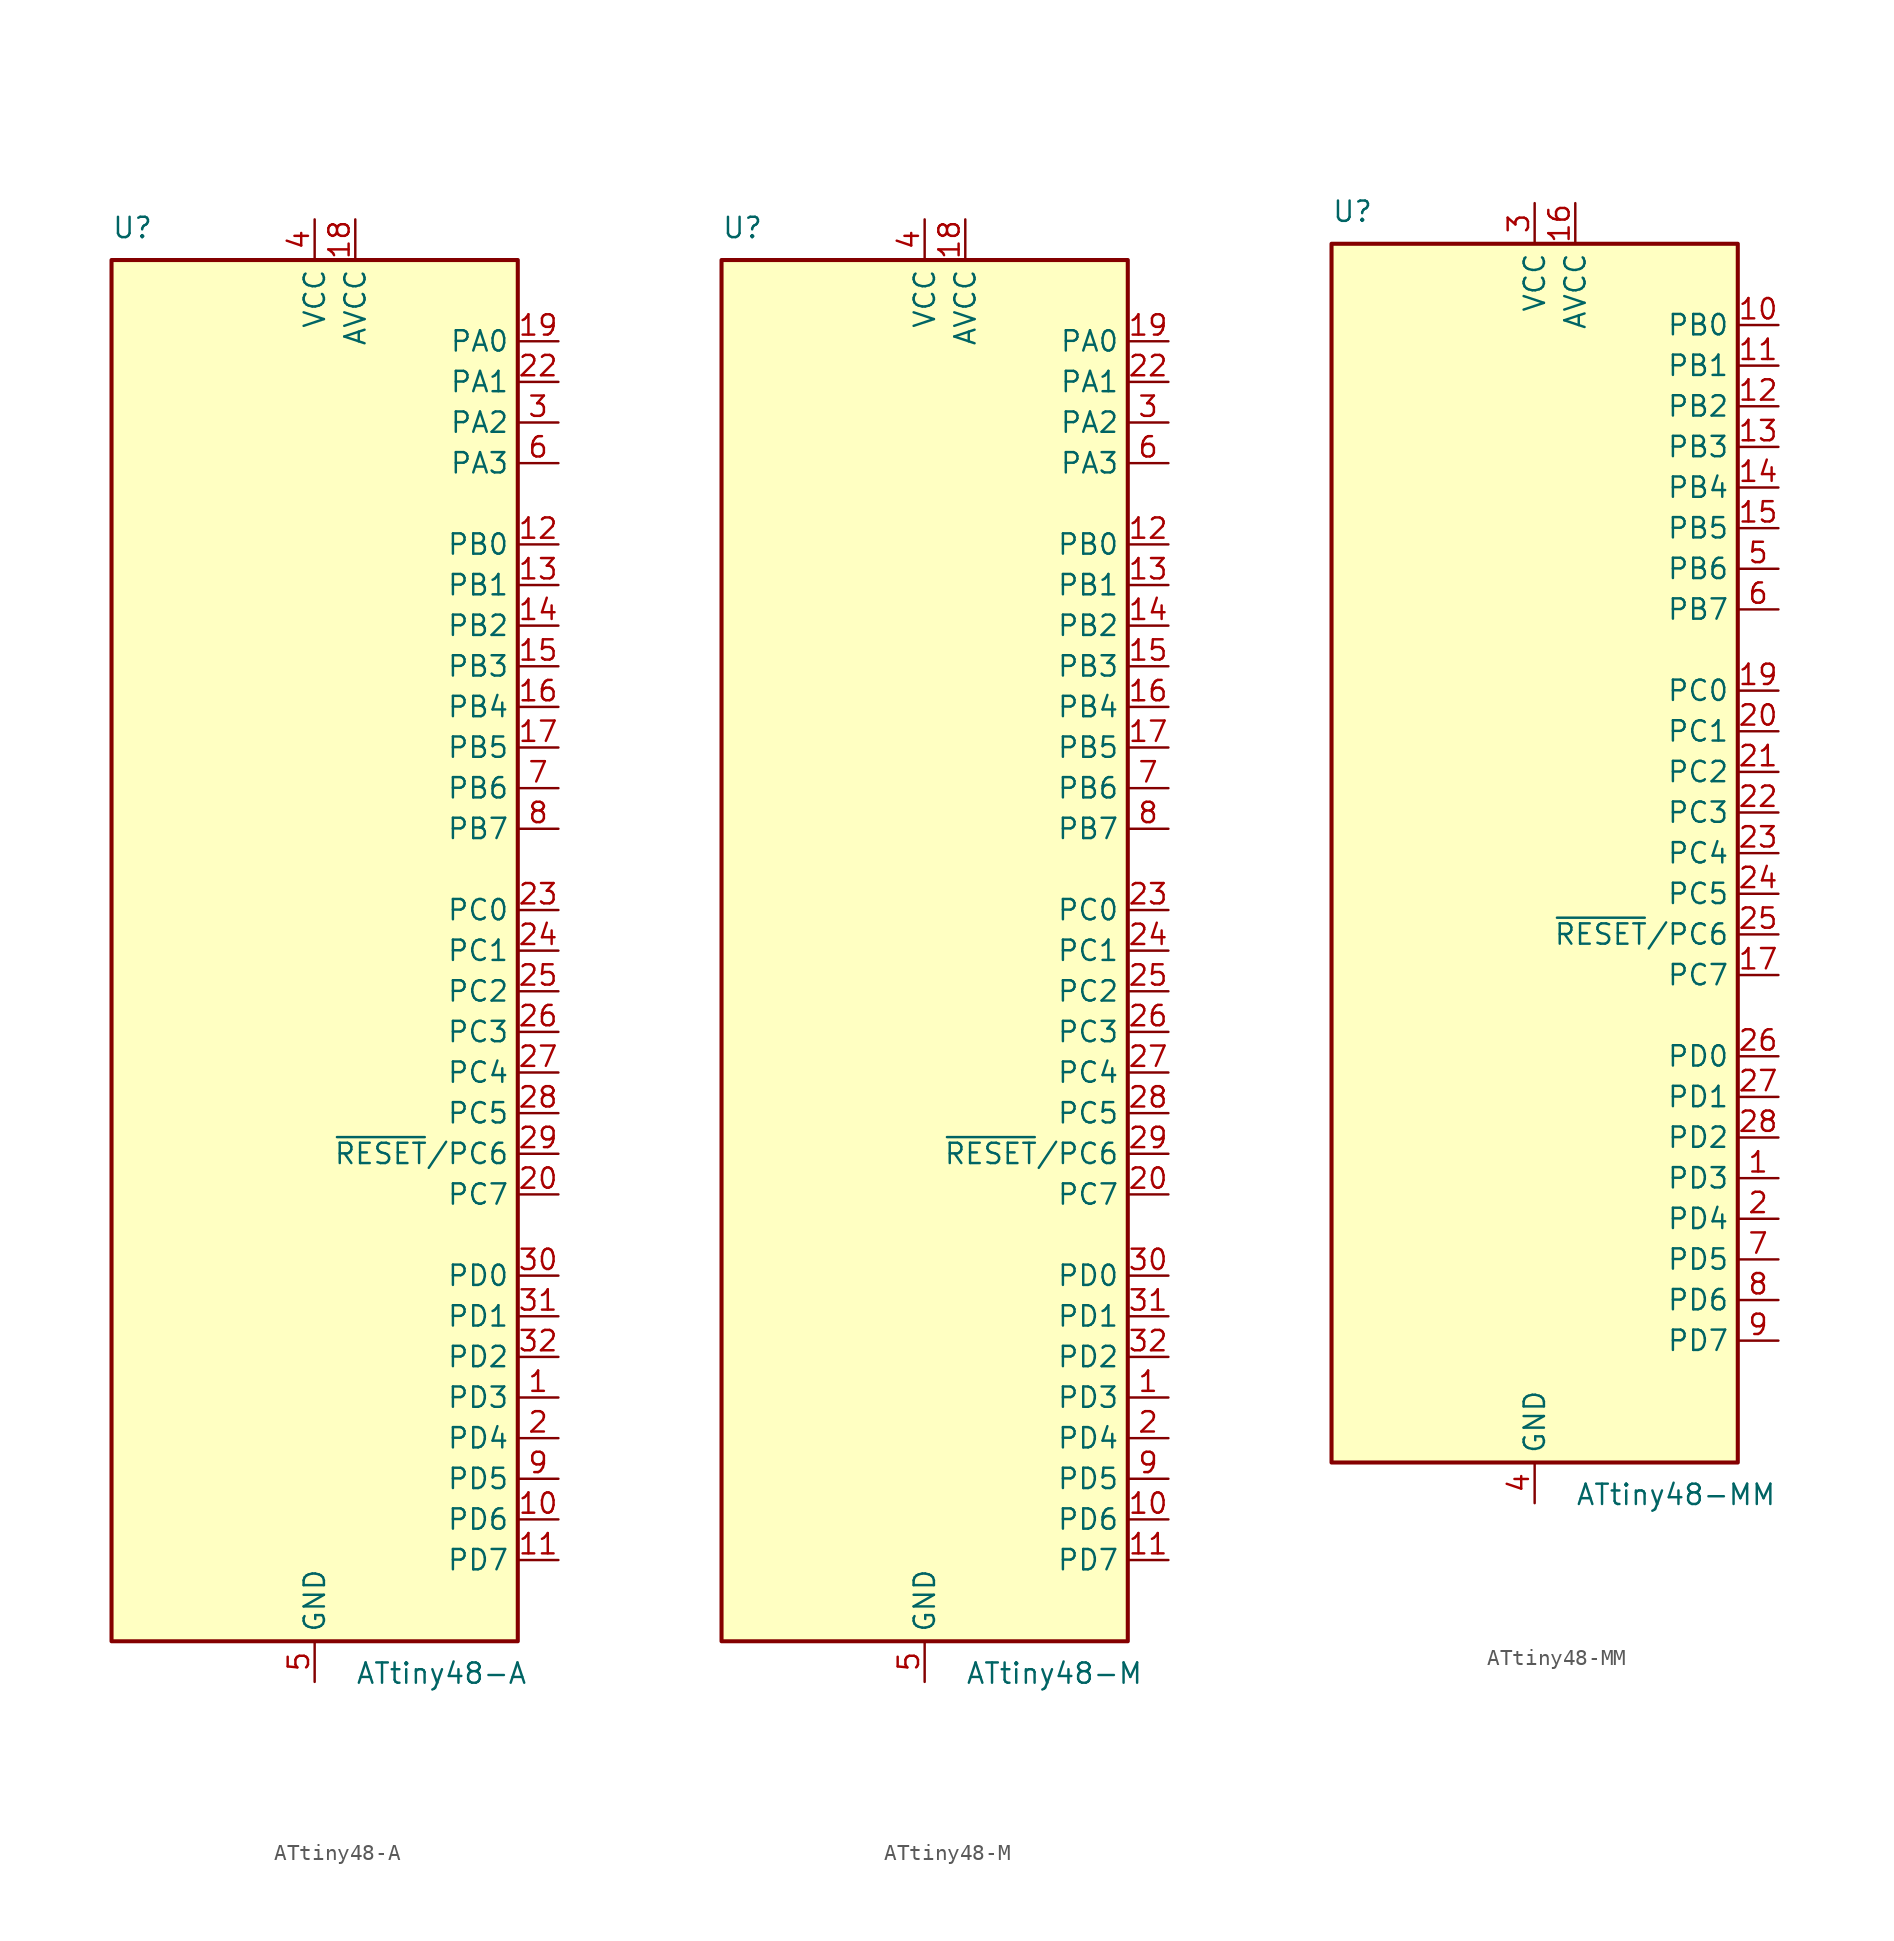
<source format=kicad_sym>
(kicad_symbol_lib
  (version 20211014)
  (generator kicad_symbol_editor)
  (symbol "ATtiny48-A"
    (property "Reference" "U"
      (at -12.7 44.45 0)
      (effects (font (size 1.27 1.27)) (justify left bottom)))
    (property "Value" "ATtiny48-A"
      (at 2.54 -44.45 0)
      (effects (font (size 1.27 1.27)) (justify left top)))
    (symbol "ATtiny48-A_0_1"
      (rectangle (start -12.7 -43.18) (end 12.7 43.18) (stroke (width 0.254) (type default) (color 0 0 0 0)) (fill (type background))))
    (symbol "ATtiny48-A_1_1"
      (pin bidirectional line (at 15.24 -27.94 180) (length 2.54) (name "PD3" (effects (font (size 1.27 1.27)))) (number "1" (effects (font (size 1.27 1.27)))))
      (pin bidirectional line (at 15.24 -35.56 180) (length 2.54) (name "PD6" (effects (font (size 1.27 1.27)))) (number "10" (effects (font (size 1.27 1.27)))))
      (pin bidirectional line (at 15.24 -38.1 180) (length 2.54) (name "PD7" (effects (font (size 1.27 1.27)))) (number "11" (effects (font (size 1.27 1.27)))))
      (pin bidirectional line (at 15.24 25.4 180) (length 2.54) (name "PB0" (effects (font (size 1.27 1.27)))) (number "12" (effects (font (size 1.27 1.27)))))
      (pin bidirectional line (at 15.24 22.86 180) (length 2.54) (name "PB1" (effects (font (size 1.27 1.27)))) (number "13" (effects (font (size 1.27 1.27)))))
      (pin bidirectional line (at 15.24 20.32 180) (length 2.54) (name "PB2" (effects (font (size 1.27 1.27)))) (number "14" (effects (font (size 1.27 1.27)))))
      (pin bidirectional line (at 15.24 17.78 180) (length 2.54) (name "PB3" (effects (font (size 1.27 1.27)))) (number "15" (effects (font (size 1.27 1.27)))))
      (pin bidirectional line (at 15.24 15.24 180) (length 2.54) (name "PB4" (effects (font (size 1.27 1.27)))) (number "16" (effects (font (size 1.27 1.27)))))
      (pin bidirectional line (at 15.24 12.7 180) (length 2.54) (name "PB5" (effects (font (size 1.27 1.27)))) (number "17" (effects (font (size 1.27 1.27)))))
      (pin power_in line (at 2.54 45.72 270) (length 2.54) (name "AVCC" (effects (font (size 1.27 1.27)))) (number "18" (effects (font (size 1.27 1.27)))))
      (pin bidirectional line (at 15.24 38.1 180) (length 2.54) (name "PA0" (effects (font (size 1.27 1.27)))) (number "19" (effects (font (size 1.27 1.27)))))
      (pin bidirectional line (at 15.24 -30.48 180) (length 2.54) (name "PD4" (effects (font (size 1.27 1.27)))) (number "2" (effects (font (size 1.27 1.27)))))
      (pin bidirectional line (at 15.24 -15.24 180) (length 2.54) (name "PC7" (effects (font (size 1.27 1.27)))) (number "20" (effects (font (size 1.27 1.27)))))
      (pin passive line (at 0 -45.72 90) (length 2.54) hide (name "GND" (effects (font (size 1.27 1.27)))) (number "21" (effects (font (size 1.27 1.27)))))
      (pin bidirectional line (at 15.24 35.56 180) (length 2.54) (name "PA1" (effects (font (size 1.27 1.27)))) (number "22" (effects (font (size 1.27 1.27)))))
      (pin bidirectional line (at 15.24 2.54 180) (length 2.54) (name "PC0" (effects (font (size 1.27 1.27)))) (number "23" (effects (font (size 1.27 1.27)))))
      (pin bidirectional line (at 15.24 0 180) (length 2.54) (name "PC1" (effects (font (size 1.27 1.27)))) (number "24" (effects (font (size 1.27 1.27)))))
      (pin bidirectional line (at 15.24 -2.54 180) (length 2.54) (name "PC2" (effects (font (size 1.27 1.27)))) (number "25" (effects (font (size 1.27 1.27)))))
      (pin bidirectional line (at 15.24 -5.08 180) (length 2.54) (name "PC3" (effects (font (size 1.27 1.27)))) (number "26" (effects (font (size 1.27 1.27)))))
      (pin bidirectional line (at 15.24 -7.62 180) (length 2.54) (name "PC4" (effects (font (size 1.27 1.27)))) (number "27" (effects (font (size 1.27 1.27)))))
      (pin bidirectional line (at 15.24 -10.16 180) (length 2.54) (name "PC5" (effects (font (size 1.27 1.27)))) (number "28" (effects (font (size 1.27 1.27)))))
      (pin bidirectional line (at 15.24 -12.7 180) (length 2.54) (name "~{RESET}/PC6" (effects (font (size 1.27 1.27)))) (number "29" (effects (font (size 1.27 1.27)))))
      (pin bidirectional line (at 15.24 33.02 180) (length 2.54) (name "PA2" (effects (font (size 1.27 1.27)))) (number "3" (effects (font (size 1.27 1.27)))))
      (pin bidirectional line (at 15.24 -20.32 180) (length 2.54) (name "PD0" (effects (font (size 1.27 1.27)))) (number "30" (effects (font (size 1.27 1.27)))))
      (pin bidirectional line (at 15.24 -22.86 180) (length 2.54) (name "PD1" (effects (font (size 1.27 1.27)))) (number "31" (effects (font (size 1.27 1.27)))))
      (pin bidirectional line (at 15.24 -25.4 180) (length 2.54) (name "PD2" (effects (font (size 1.27 1.27)))) (number "32" (effects (font (size 1.27 1.27)))))
      (pin power_in line (at 0 45.72 270) (length 2.54) (name "VCC" (effects (font (size 1.27 1.27)))) (number "4" (effects (font (size 1.27 1.27)))))
      (pin power_in line (at 0 -45.72 90) (length 2.54) (name "GND" (effects (font (size 1.27 1.27)))) (number "5" (effects (font (size 1.27 1.27)))))
      (pin bidirectional line (at 15.24 30.48 180) (length 2.54) (name "PA3" (effects (font (size 1.27 1.27)))) (number "6" (effects (font (size 1.27 1.27)))))
      (pin bidirectional line (at 15.24 10.16 180) (length 2.54) (name "PB6" (effects (font (size 1.27 1.27)))) (number "7" (effects (font (size 1.27 1.27)))))
      (pin bidirectional line (at 15.24 7.62 180) (length 2.54) (name "PB7" (effects (font (size 1.27 1.27)))) (number "8" (effects (font (size 1.27 1.27)))))
      (pin bidirectional line (at 15.24 -33.02 180) (length 2.54) (name "PD5" (effects (font (size 1.27 1.27)))) (number "9" (effects (font (size 1.27 1.27)))))))
  (symbol "ATtiny48-M"
    (property "Reference" "U"
      (at -12.7 44.45 0)
      (effects (font (size 1.27 1.27)) (justify left bottom)))
    (property "Value" "ATtiny48-M"
      (at 2.54 -44.45 0)
      (effects (font (size 1.27 1.27)) (justify left top)))
    (symbol "ATtiny48-M_0_1"
      (rectangle (start -12.7 -43.18) (end 12.7 43.18) (stroke (width 0.254) (type default) (color 0 0 0 0)) (fill (type background))))
    (symbol "ATtiny48-M_1_1"
      (pin bidirectional line (at 15.24 -27.94 180) (length 2.54) (name "PD3" (effects (font (size 1.27 1.27)))) (number "1" (effects (font (size 1.27 1.27)))))
      (pin bidirectional line (at 15.24 -35.56 180) (length 2.54) (name "PD6" (effects (font (size 1.27 1.27)))) (number "10" (effects (font (size 1.27 1.27)))))
      (pin bidirectional line (at 15.24 -38.1 180) (length 2.54) (name "PD7" (effects (font (size 1.27 1.27)))) (number "11" (effects (font (size 1.27 1.27)))))
      (pin bidirectional line (at 15.24 25.4 180) (length 2.54) (name "PB0" (effects (font (size 1.27 1.27)))) (number "12" (effects (font (size 1.27 1.27)))))
      (pin bidirectional line (at 15.24 22.86 180) (length 2.54) (name "PB1" (effects (font (size 1.27 1.27)))) (number "13" (effects (font (size 1.27 1.27)))))
      (pin bidirectional line (at 15.24 20.32 180) (length 2.54) (name "PB2" (effects (font (size 1.27 1.27)))) (number "14" (effects (font (size 1.27 1.27)))))
      (pin bidirectional line (at 15.24 17.78 180) (length 2.54) (name "PB3" (effects (font (size 1.27 1.27)))) (number "15" (effects (font (size 1.27 1.27)))))
      (pin bidirectional line (at 15.24 15.24 180) (length 2.54) (name "PB4" (effects (font (size 1.27 1.27)))) (number "16" (effects (font (size 1.27 1.27)))))
      (pin bidirectional line (at 15.24 12.7 180) (length 2.54) (name "PB5" (effects (font (size 1.27 1.27)))) (number "17" (effects (font (size 1.27 1.27)))))
      (pin power_in line (at 2.54 45.72 270) (length 2.54) (name "AVCC" (effects (font (size 1.27 1.27)))) (number "18" (effects (font (size 1.27 1.27)))))
      (pin bidirectional line (at 15.24 38.1 180) (length 2.54) (name "PA0" (effects (font (size 1.27 1.27)))) (number "19" (effects (font (size 1.27 1.27)))))
      (pin bidirectional line (at 15.24 -30.48 180) (length 2.54) (name "PD4" (effects (font (size 1.27 1.27)))) (number "2" (effects (font (size 1.27 1.27)))))
      (pin bidirectional line (at 15.24 -15.24 180) (length 2.54) (name "PC7" (effects (font (size 1.27 1.27)))) (number "20" (effects (font (size 1.27 1.27)))))
      (pin passive line (at 0 -45.72 90) (length 2.54) hide (name "GND" (effects (font (size 1.27 1.27)))) (number "21" (effects (font (size 1.27 1.27)))))
      (pin bidirectional line (at 15.24 35.56 180) (length 2.54) (name "PA1" (effects (font (size 1.27 1.27)))) (number "22" (effects (font (size 1.27 1.27)))))
      (pin bidirectional line (at 15.24 2.54 180) (length 2.54) (name "PC0" (effects (font (size 1.27 1.27)))) (number "23" (effects (font (size 1.27 1.27)))))
      (pin bidirectional line (at 15.24 0 180) (length 2.54) (name "PC1" (effects (font (size 1.27 1.27)))) (number "24" (effects (font (size 1.27 1.27)))))
      (pin bidirectional line (at 15.24 -2.54 180) (length 2.54) (name "PC2" (effects (font (size 1.27 1.27)))) (number "25" (effects (font (size 1.27 1.27)))))
      (pin bidirectional line (at 15.24 -5.08 180) (length 2.54) (name "PC3" (effects (font (size 1.27 1.27)))) (number "26" (effects (font (size 1.27 1.27)))))
      (pin bidirectional line (at 15.24 -7.62 180) (length 2.54) (name "PC4" (effects (font (size 1.27 1.27)))) (number "27" (effects (font (size 1.27 1.27)))))
      (pin bidirectional line (at 15.24 -10.16 180) (length 2.54) (name "PC5" (effects (font (size 1.27 1.27)))) (number "28" (effects (font (size 1.27 1.27)))))
      (pin bidirectional line (at 15.24 -12.7 180) (length 2.54) (name "~{RESET}/PC6" (effects (font (size 1.27 1.27)))) (number "29" (effects (font (size 1.27 1.27)))))
      (pin bidirectional line (at 15.24 33.02 180) (length 2.54) (name "PA2" (effects (font (size 1.27 1.27)))) (number "3" (effects (font (size 1.27 1.27)))))
      (pin bidirectional line (at 15.24 -20.32 180) (length 2.54) (name "PD0" (effects (font (size 1.27 1.27)))) (number "30" (effects (font (size 1.27 1.27)))))
      (pin bidirectional line (at 15.24 -22.86 180) (length 2.54) (name "PD1" (effects (font (size 1.27 1.27)))) (number "31" (effects (font (size 1.27 1.27)))))
      (pin bidirectional line (at 15.24 -25.4 180) (length 2.54) (name "PD2" (effects (font (size 1.27 1.27)))) (number "32" (effects (font (size 1.27 1.27)))))
      (pin passive line (at 0 -45.72 90) (length 2.54) hide (name "GND" (effects (font (size 1.27 1.27)))) (number "33" (effects (font (size 1.27 1.27)))))
      (pin power_in line (at 0 45.72 270) (length 2.54) (name "VCC" (effects (font (size 1.27 1.27)))) (number "4" (effects (font (size 1.27 1.27)))))
      (pin power_in line (at 0 -45.72 90) (length 2.54) (name "GND" (effects (font (size 1.27 1.27)))) (number "5" (effects (font (size 1.27 1.27)))))
      (pin bidirectional line (at 15.24 30.48 180) (length 2.54) (name "PA3" (effects (font (size 1.27 1.27)))) (number "6" (effects (font (size 1.27 1.27)))))
      (pin bidirectional line (at 15.24 10.16 180) (length 2.54) (name "PB6" (effects (font (size 1.27 1.27)))) (number "7" (effects (font (size 1.27 1.27)))))
      (pin bidirectional line (at 15.24 7.62 180) (length 2.54) (name "PB7" (effects (font (size 1.27 1.27)))) (number "8" (effects (font (size 1.27 1.27)))))
      (pin bidirectional line (at 15.24 -33.02 180) (length 2.54) (name "PD5" (effects (font (size 1.27 1.27)))) (number "9" (effects (font (size 1.27 1.27)))))))
  (symbol "ATtiny48-MM"
    (property "Reference" "U"
      (at -12.7 39.37 0)
      (effects (font (size 1.27 1.27)) (justify left bottom)))
    (property "Value" "ATtiny48-MM"
      (at 2.54 -39.37 0)
      (effects (font (size 1.27 1.27)) (justify left top)))
    (symbol "ATtiny48-MM_0_1"
      (rectangle (start -12.7 -38.1) (end 12.7 38.1) (stroke (width 0.254) (type default) (color 0 0 0 0)) (fill (type background))))
    (symbol "ATtiny48-MM_1_1"
      (pin bidirectional line (at 15.24 -20.32 180) (length 2.54) (name "PD3" (effects (font (size 1.27 1.27)))) (number "1" (effects (font (size 1.27 1.27)))))
      (pin bidirectional line (at 15.24 33.02 180) (length 2.54) (name "PB0" (effects (font (size 1.27 1.27)))) (number "10" (effects (font (size 1.27 1.27)))))
      (pin bidirectional line (at 15.24 30.48 180) (length 2.54) (name "PB1" (effects (font (size 1.27 1.27)))) (number "11" (effects (font (size 1.27 1.27)))))
      (pin bidirectional line (at 15.24 27.94 180) (length 2.54) (name "PB2" (effects (font (size 1.27 1.27)))) (number "12" (effects (font (size 1.27 1.27)))))
      (pin bidirectional line (at 15.24 25.4 180) (length 2.54) (name "PB3" (effects (font (size 1.27 1.27)))) (number "13" (effects (font (size 1.27 1.27)))))
      (pin bidirectional line (at 15.24 22.86 180) (length 2.54) (name "PB4" (effects (font (size 1.27 1.27)))) (number "14" (effects (font (size 1.27 1.27)))))
      (pin bidirectional line (at 15.24 20.32 180) (length 2.54) (name "PB5" (effects (font (size 1.27 1.27)))) (number "15" (effects (font (size 1.27 1.27)))))
      (pin power_in line (at 2.54 40.64 270) (length 2.54) (name "AVCC" (effects (font (size 1.27 1.27)))) (number "16" (effects (font (size 1.27 1.27)))))
      (pin bidirectional line (at 15.24 -7.62 180) (length 2.54) (name "PC7" (effects (font (size 1.27 1.27)))) (number "17" (effects (font (size 1.27 1.27)))))
      (pin passive line (at 0 -40.64 90) (length 2.54) hide (name "GND" (effects (font (size 1.27 1.27)))) (number "18" (effects (font (size 1.27 1.27)))))
      (pin bidirectional line (at 15.24 10.16 180) (length 2.54) (name "PC0" (effects (font (size 1.27 1.27)))) (number "19" (effects (font (size 1.27 1.27)))))
      (pin bidirectional line (at 15.24 -22.86 180) (length 2.54) (name "PD4" (effects (font (size 1.27 1.27)))) (number "2" (effects (font (size 1.27 1.27)))))
      (pin bidirectional line (at 15.24 7.62 180) (length 2.54) (name "PC1" (effects (font (size 1.27 1.27)))) (number "20" (effects (font (size 1.27 1.27)))))
      (pin bidirectional line (at 15.24 5.08 180) (length 2.54) (name "PC2" (effects (font (size 1.27 1.27)))) (number "21" (effects (font (size 1.27 1.27)))))
      (pin bidirectional line (at 15.24 2.54 180) (length 2.54) (name "PC3" (effects (font (size 1.27 1.27)))) (number "22" (effects (font (size 1.27 1.27)))))
      (pin bidirectional line (at 15.24 0 180) (length 2.54) (name "PC4" (effects (font (size 1.27 1.27)))) (number "23" (effects (font (size 1.27 1.27)))))
      (pin bidirectional line (at 15.24 -2.54 180) (length 2.54) (name "PC5" (effects (font (size 1.27 1.27)))) (number "24" (effects (font (size 1.27 1.27)))))
      (pin bidirectional line (at 15.24 -5.08 180) (length 2.54) (name "~{RESET}/PC6" (effects (font (size 1.27 1.27)))) (number "25" (effects (font (size 1.27 1.27)))))
      (pin bidirectional line (at 15.24 -12.7 180) (length 2.54) (name "PD0" (effects (font (size 1.27 1.27)))) (number "26" (effects (font (size 1.27 1.27)))))
      (pin bidirectional line (at 15.24 -15.24 180) (length 2.54) (name "PD1" (effects (font (size 1.27 1.27)))) (number "27" (effects (font (size 1.27 1.27)))))
      (pin bidirectional line (at 15.24 -17.78 180) (length 2.54) (name "PD2" (effects (font (size 1.27 1.27)))) (number "28" (effects (font (size 1.27 1.27)))))
      (pin passive line (at 0 -40.64 90) (length 2.54) hide (name "GND" (effects (font (size 1.27 1.27)))) (number "29" (effects (font (size 1.27 1.27)))))
      (pin power_in line (at 0 40.64 270) (length 2.54) (name "VCC" (effects (font (size 1.27 1.27)))) (number "3" (effects (font (size 1.27 1.27)))))
      (pin power_in line (at 0 -40.64 90) (length 2.54) (name "GND" (effects (font (size 1.27 1.27)))) (number "4" (effects (font (size 1.27 1.27)))))
      (pin bidirectional line (at 15.24 17.78 180) (length 2.54) (name "PB6" (effects (font (size 1.27 1.27)))) (number "5" (effects (font (size 1.27 1.27)))))
      (pin bidirectional line (at 15.24 15.24 180) (length 2.54) (name "PB7" (effects (font (size 1.27 1.27)))) (number "6" (effects (font (size 1.27 1.27)))))
      (pin bidirectional line (at 15.24 -25.4 180) (length 2.54) (name "PD5" (effects (font (size 1.27 1.27)))) (number "7" (effects (font (size 1.27 1.27)))))
      (pin bidirectional line (at 15.24 -27.94 180) (length 2.54) (name "PD6" (effects (font (size 1.27 1.27)))) (number "8" (effects (font (size 1.27 1.27)))))
      (pin bidirectional line (at 15.24 -30.48 180) (length 2.54) (name "PD7" (effects (font (size 1.27 1.27)))) (number "9" (effects (font (size 1.27 1.27))))))))
</source>
